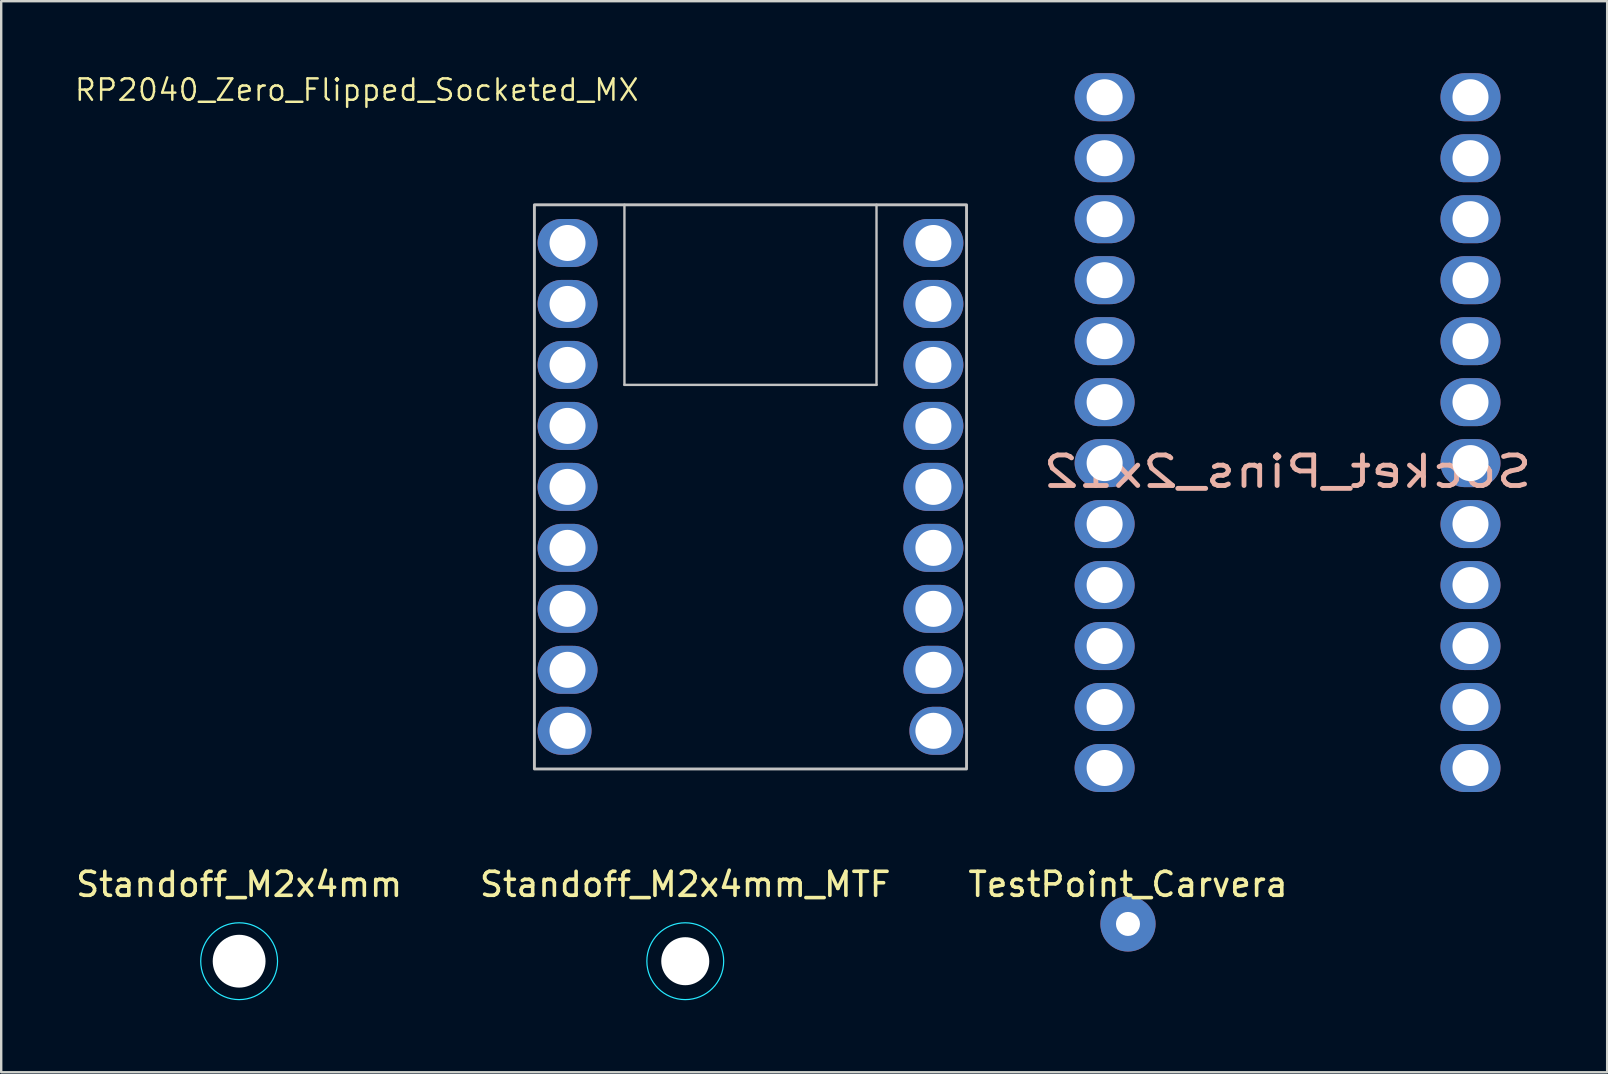
<source format=kicad_pcb>
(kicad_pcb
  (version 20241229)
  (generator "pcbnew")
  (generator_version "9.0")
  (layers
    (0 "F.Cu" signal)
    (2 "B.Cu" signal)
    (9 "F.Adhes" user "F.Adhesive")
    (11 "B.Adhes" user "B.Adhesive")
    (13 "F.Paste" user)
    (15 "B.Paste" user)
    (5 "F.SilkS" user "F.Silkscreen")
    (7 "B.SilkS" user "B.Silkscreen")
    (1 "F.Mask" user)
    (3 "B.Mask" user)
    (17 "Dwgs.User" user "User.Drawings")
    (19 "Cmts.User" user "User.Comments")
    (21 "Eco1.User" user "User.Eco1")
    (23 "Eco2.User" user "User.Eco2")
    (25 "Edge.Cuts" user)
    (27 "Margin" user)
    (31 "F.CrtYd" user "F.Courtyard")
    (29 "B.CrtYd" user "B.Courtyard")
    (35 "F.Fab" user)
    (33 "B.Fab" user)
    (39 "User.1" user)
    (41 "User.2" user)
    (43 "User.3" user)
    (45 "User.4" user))
  (footprint "RP2040_Zero_Flipped_Socketed_MX"
    (layer "F.Cu")
    (at 28.21 17.231)
    (property "Reference" "RP2040_Zero_Flipped_Socketed_MX" (at -16.399 -16.533 0) (layer "F.SilkS") (effects (font (size 0.889 0.889) (thickness 0.102))))
    (attr through_hole exclude_from_pos_files)
    (fp_line (start -5.25 -11.75) (end -5.25 -4.25) (stroke (width 0.1) (type default)) (layer "Dwgs.User"))
    (fp_line (start -5.25 -4.25) (end 5.25 -4.25) (stroke (width 0.1) (type default)) (layer "Dwgs.User"))
    (fp_line (start 5.25 -11.75) (end 5.25 -4.25) (stroke (width 0.1) (type default)) (layer "Dwgs.User"))
    (fp_rect (start -9 -11.75) (end 9 11.75) (stroke (width 0.12) (type solid)) (fill no) (layer "Dwgs.User"))
    (pad "1" thru_hole oval (at -7.62 -10.16 180) (size 2.5 2) (drill 1.5) (layers "*.Cu" "*.Mask"))
    (pad "2" thru_hole oval (at -7.62 -7.62 180) (size 2.5 2) (drill 1.5) (layers "*.Cu" "*.Mask"))
    (pad "3" thru_hole oval (at -7.62 -5.08 180) (size 2.5 2) (drill 1.5) (layers "*.Cu" "*.Mask"))
    (pad "4" thru_hole oval (at -7.62 -2.54 180) (size 2.5 2) (drill 1.5) (layers "*.Cu" "*.Mask"))
    (pad "5" thru_hole oval (at -7.62 0 180) (size 2.5 2) (drill 1.5) (layers "*.Cu" "*.Mask"))
    (pad "6" thru_hole oval (at -7.62 2.54 180) (size 2.5 2) (drill 1.5) (layers "*.Cu" "*.Mask"))
    (pad "7" thru_hole oval (at -7.62 5.08 180) (size 2.5 2) (drill 1.5) (layers "*.Cu" "*.Mask"))
    (pad "8" thru_hole oval (at -7.62 7.62 180) (size 2.5 2) (drill 1.5) (layers "*.Cu" "*.Mask"))
    (pad "9" thru_hole oval (at -7.62 10.16 180) (size 2.25 2) (drill 1.5 (offset 0.125 0)) (layers "*.Cu" "*.Mask"))
    (pad "15" thru_hole oval (at 7.62 10.16) (size 2.25 2) (drill 1.5 (offset 0.125 0)) (layers "*.Cu" "*.Mask"))
    (pad "16" thru_hole oval (at 7.62 7.62) (size 2.5 2) (drill 1.5) (layers "*.Cu" "*.Mask"))
    (pad "17" thru_hole oval (at 7.62 5.08) (size 2.5 2) (drill 1.5) (layers "*.Cu" "*.Mask"))
    (pad "18" thru_hole oval (at 7.62 2.54) (size 2.5 2) (drill 1.5) (layers "*.Cu" "*.Mask"))
    (pad "19" thru_hole oval (at 7.62 0) (size 2.5 2) (drill 1.5) (layers "*.Cu" "*.Mask"))
    (pad "20" thru_hole oval (at 7.62 -2.54) (size 2.5 2) (drill 1.5) (layers "*.Cu" "*.Mask"))
    (pad "21" thru_hole oval (at 7.62 -5.08) (size 2.5 2) (drill 1.5) (layers "*.Cu" "*.Mask"))
    (pad "22" thru_hole oval (at 7.62 -7.62) (size 2.5 2) (drill 1.5) (layers "*.Cu" "*.Mask"))
    (pad "23" thru_hole oval (at 7.62 -10.16) (size 2.5 2) (drill 1.5) (layers "*.Cu" "*.Mask")))
  (footprint "Standoff_M2x4mm"
    (layer "F.Cu")
    (at 6.911 36.988)
    (property "Reference" "Standoff_M2x4mm" (at 0 -3.2 0) (layer "F.SilkS") (effects (font (size 1 1) (thickness 0.15))))
    (attr exclude_from_pos_files exclude_from_bom)
    (fp_circle (center 0 0) (end 1.6 0) (stroke (width 0.05) (type default)) (fill no) (layer "B.CrtYd"))
    (pad "" np_thru_hole circle (at 0 0) (size 2.2 2.2) (drill 2.2) (layers "*.Cu" "*.Mask")))
  (footprint "Standoff_M2x4mm_MTF"
    (layer "F.Cu")
    (at 25.494 36.988)
    (property "Reference" "Standoff_M2x4mm_MTF" (at 0 -3.2 0) (layer "F.SilkS") (effects (font (size 1 1) (thickness 0.15))))
    (attr exclude_from_pos_files exclude_from_bom)
    (fp_circle (center 0 0) (end 1.6 0) (stroke (width 0.05) (type default)) (fill no) (layer "B.CrtYd"))
    (pad "" np_thru_hole circle (at 0 0) (size 2 2) (drill 2) (layers "*.Cu" "*.Mask")))
  (footprint "Socket_Pins_2x12"
    (layer "F.Cu")
    (at 50.582 14.97)
    (property "Reference" "Socket_Pins_2x12" (at 0 1.625 0) (layer "B.SilkS") (effects (font (size 1.27 1.524) (thickness 0.203)) (justify mirror)))
    (attr through_hole)
    (pad "" thru_hole oval (at -7.62 -13.97 90) (size 2 2.5) (drill 1.5) (layers "*.Cu" "*.Mask"))
    (pad "" thru_hole oval (at -7.62 -11.43 90) (size 2 2.5) (drill 1.5) (layers "*.Cu" "*.Mask"))
    (pad "" thru_hole oval (at -7.62 -8.89 90) (size 2 2.5) (drill 1.5) (layers "*.Cu" "*.Mask"))
    (pad "" thru_hole oval (at -7.62 -6.35 90) (size 2 2.5) (drill 1.5) (layers "*.Cu" "*.Mask"))
    (pad "" thru_hole oval (at -7.62 -3.81 90) (size 2 2.5) (drill 1.5) (layers "*.Cu" "*.Mask"))
    (pad "" thru_hole oval (at -7.62 -1.27 90) (size 2 2.5) (drill 1.5) (layers "*.Cu" "*.Mask"))
    (pad "" thru_hole oval (at -7.62 1.27 90) (size 2 2.5) (drill 1.5) (layers "*.Cu" "*.Mask"))
    (pad "" thru_hole oval (at -7.62 3.81 90) (size 2 2.5) (drill 1.5) (layers "*.Cu" "*.Mask"))
    (pad "" thru_hole oval (at -7.62 6.35 90) (size 2 2.5) (drill 1.5) (layers "*.Cu" "*.Mask"))
    (pad "" thru_hole oval (at -7.62 8.89 90) (size 2 2.5) (drill 1.5) (layers "*.Cu" "*.Mask"))
    (pad "" thru_hole oval (at -7.62 11.43 90) (size 2 2.5) (drill 1.5) (layers "*.Cu" "*.Mask"))
    (pad "" thru_hole oval (at -7.62 13.97 90) (size 2 2.5) (drill 1.5) (layers "*.Cu" "*.Mask"))
    (pad "" thru_hole oval (at 7.62 -13.97 90) (size 2 2.5) (drill 1.5) (layers "*.Cu" "*.Mask"))
    (pad "" thru_hole oval (at 7.62 -11.43 90) (size 2 2.5) (drill 1.5) (layers "*.Cu" "*.Mask"))
    (pad "" thru_hole oval (at 7.62 -8.89 90) (size 2 2.5) (drill 1.5) (layers "*.Cu" "*.Mask"))
    (pad "" thru_hole oval (at 7.62 -6.35 90) (size 2 2.5) (drill 1.5) (layers "*.Cu" "*.Mask"))
    (pad "" thru_hole oval (at 7.62 -3.81 90) (size 2 2.5) (drill 1.5) (layers "*.Cu" "*.Mask"))
    (pad "" thru_hole oval (at 7.62 -1.27 90) (size 2 2.5) (drill 1.5) (layers "*.Cu" "*.Mask"))
    (pad "" thru_hole oval (at 7.62 1.27 90) (size 2 2.5) (drill 1.5) (layers "*.Cu" "*.Mask"))
    (pad "" thru_hole oval (at 7.62 3.81 90) (size 2 2.5) (drill 1.5) (layers "*.Cu" "*.Mask"))
    (pad "" thru_hole oval (at 7.62 6.35 90) (size 2 2.5) (drill 1.5) (layers "*.Cu" "*.Mask"))
    (pad "" thru_hole oval (at 7.62 8.89 90) (size 2 2.5) (drill 1.5) (layers "*.Cu" "*.Mask"))
    (pad "" thru_hole oval (at 7.62 11.43 90) (size 2 2.5) (drill 1.5) (layers "*.Cu" "*.Mask"))
    (pad "" thru_hole oval (at 7.62 13.97 90) (size 2 2.5) (drill 1.5) (layers "*.Cu" "*.Mask")))
  (footprint "TestPoint_Carvera"
    (layer "F.Cu")
    (at 43.935 35.436)
    (property "Reference" "TestPoint_Carvera" (at 0 -1.648 0) (layer "F.SilkS") (effects (font (size 1 1) (thickness 0.15))))
    (attr exclude_from_pos_files exclude_from_bom)
    (pad "1" thru_hole circle (at 0 0) (size 2.3 2.3) (drill 1) (layers "*.Cu" "*.Mask")))
  (gr_rect
    (start -3 -3)
    (end 63.895 41.613)
    (stroke (width 0.1) (type default))
    (fill no)
    (layer "Edge.Cuts")))
</source>
